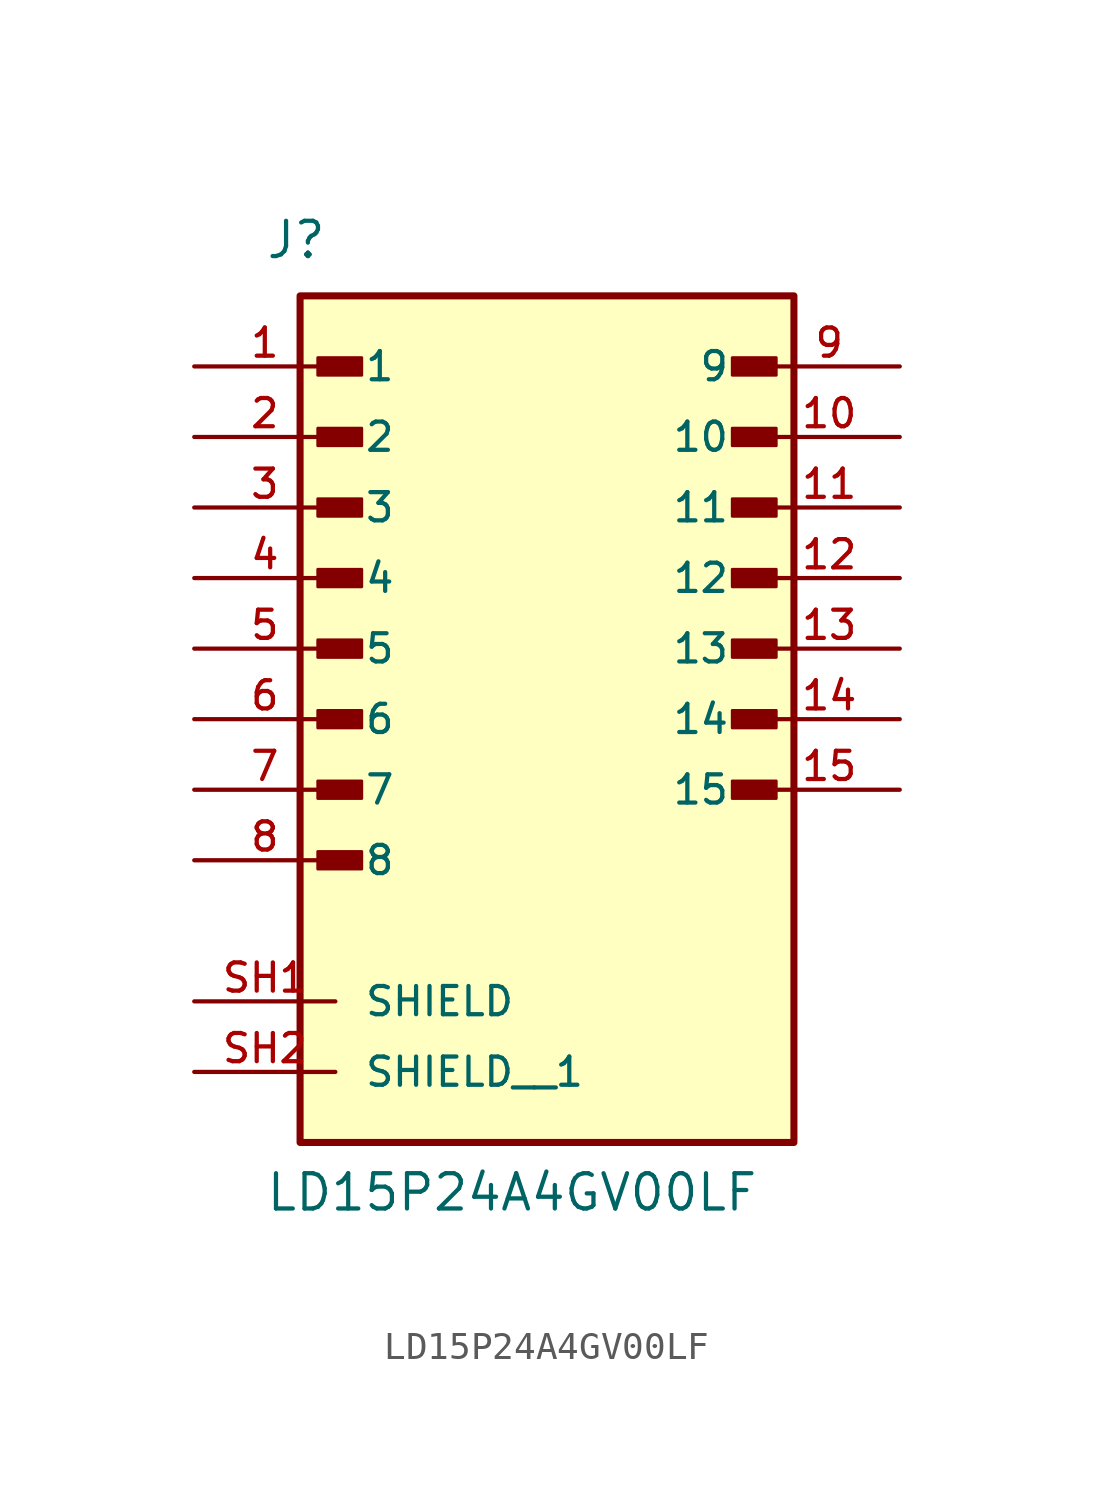
<source format=kicad_sym>
(kicad_symbol_lib
  (version 20211014)
  (generator kicad_symbol_editor)
  (symbol "LD15P24A4GV00LF"
    (pin_names
      (offset 1.016))
    (property "Reference" "J"
      (at -10.16 13.97 0)
      (effects (font (size 1.27 1.27)) (justify bottom left)))
    (property "Value" "LD15P24A4GV00LF"
      (at -10.16 -20.32 0)
      (effects (font (size 1.27 1.27)) (justify bottom left)))
    (symbol "LD15P24A4GV00LF_0_0"
      (rectangle (start -8.255 9.842) (end -6.668 10.477) (stroke (width 0.1)) (fill (type outline)))
      (rectangle (start -8.255 7.303) (end -6.668 7.938) (stroke (width 0.1)) (fill (type outline)))
      (rectangle (start -8.255 4.763) (end -6.668 5.397) (stroke (width 0.1)) (fill (type outline)))
      (rectangle (start -8.255 2.223) (end -6.668 2.857) (stroke (width 0.1)) (fill (type outline)))
      (rectangle (start -8.255 -0.318) (end -6.668 0.318) (stroke (width 0.1)) (fill (type outline)))
      (rectangle (start -8.255 -2.857) (end -6.668 -2.223) (stroke (width 0.1)) (fill (type outline)))
      (rectangle (start -8.255 -5.397) (end -6.668 -4.763) (stroke (width 0.1)) (fill (type outline)))
      (rectangle (start -8.255 -7.938) (end -6.668 -7.303) (stroke (width 0.1)) (fill (type outline)))
      (rectangle (start 6.668 -5.397) (end 8.255 -4.763) (stroke (width 0.1)) (fill (type outline)))
      (rectangle (start 6.668 -2.857) (end 8.255 -2.223) (stroke (width 0.1)) (fill (type outline)))
      (rectangle (start 6.668 -0.318) (end 8.255 0.318) (stroke (width 0.1)) (fill (type outline)))
      (rectangle (start 6.668 2.223) (end 8.255 2.857) (stroke (width 0.1)) (fill (type outline)))
      (rectangle (start 6.668 4.763) (end 8.255 5.397) (stroke (width 0.1)) (fill (type outline)))
      (rectangle (start 6.668 7.303) (end 8.255 7.938) (stroke (width 0.1)) (fill (type outline)))
      (rectangle (start 6.668 9.842) (end 8.255 10.477) (stroke (width 0.1)) (fill (type outline)))
      (rectangle (start -8.89 -17.78) (end 8.89 12.7) (stroke (width 0.254)) (fill (type background)))
      (pin passive line (at -12.7 10.16 0) (length 5.08) (name "1" (effects (font (size 1.016 1.016)))) (number "1" (effects (font (size 1.016 1.016)))))
      (pin passive line (at 12.7 10.16 180.0) (length 5.08) (name "9" (effects (font (size 1.016 1.016)))) (number "9" (effects (font (size 1.016 1.016)))))
      (pin passive line (at -12.7 7.62 0) (length 5.08) (name "2" (effects (font (size 1.016 1.016)))) (number "2" (effects (font (size 1.016 1.016)))))
      (pin passive line (at 12.7 7.62 180.0) (length 5.08) (name "10" (effects (font (size 1.016 1.016)))) (number "10" (effects (font (size 1.016 1.016)))))
      (pin passive line (at -12.7 5.08 0) (length 5.08) (name "3" (effects (font (size 1.016 1.016)))) (number "3" (effects (font (size 1.016 1.016)))))
      (pin passive line (at 12.7 5.08 180.0) (length 5.08) (name "11" (effects (font (size 1.016 1.016)))) (number "11" (effects (font (size 1.016 1.016)))))
      (pin passive line (at -12.7 2.54 0) (length 5.08) (name "4" (effects (font (size 1.016 1.016)))) (number "4" (effects (font (size 1.016 1.016)))))
      (pin passive line (at 12.7 2.54 180.0) (length 5.08) (name "12" (effects (font (size 1.016 1.016)))) (number "12" (effects (font (size 1.016 1.016)))))
      (pin passive line (at -12.7 0.0 0) (length 5.08) (name "5" (effects (font (size 1.016 1.016)))) (number "5" (effects (font (size 1.016 1.016)))))
      (pin passive line (at 12.7 0.0 180.0) (length 5.08) (name "13" (effects (font (size 1.016 1.016)))) (number "13" (effects (font (size 1.016 1.016)))))
      (pin passive line (at -12.7 -2.54 0) (length 5.08) (name "6" (effects (font (size 1.016 1.016)))) (number "6" (effects (font (size 1.016 1.016)))))
      (pin passive line (at 12.7 -2.54 180.0) (length 5.08) (name "14" (effects (font (size 1.016 1.016)))) (number "14" (effects (font (size 1.016 1.016)))))
      (pin passive line (at -12.7 -5.08 0) (length 5.08) (name "7" (effects (font (size 1.016 1.016)))) (number "7" (effects (font (size 1.016 1.016)))))
      (pin passive line (at 12.7 -5.08 180.0) (length 5.08) (name "15" (effects (font (size 1.016 1.016)))) (number "15" (effects (font (size 1.016 1.016)))))
      (pin passive line (at -12.7 -7.62 0) (length 5.08) (name "8" (effects (font (size 1.016 1.016)))) (number "8" (effects (font (size 1.016 1.016)))))
      (pin passive line (at -12.7 -12.7 0) (length 5.08) (name "SHIELD" (effects (font (size 1.016 1.016)))) (number "SH1" (effects (font (size 1.016 1.016)))))
      (pin passive line (at -12.7 -15.24 0) (length 5.08) (name "SHIELD__1" (effects (font (size 1.016 1.016)))) (number "SH2" (effects (font (size 1.016 1.016))))))))
</source>
